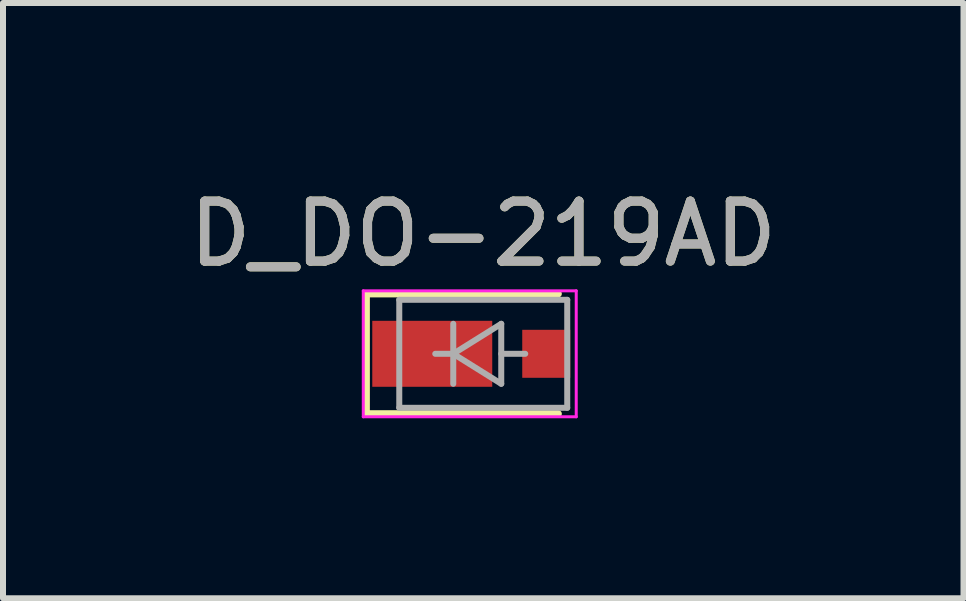
<source format=kicad_pcb>
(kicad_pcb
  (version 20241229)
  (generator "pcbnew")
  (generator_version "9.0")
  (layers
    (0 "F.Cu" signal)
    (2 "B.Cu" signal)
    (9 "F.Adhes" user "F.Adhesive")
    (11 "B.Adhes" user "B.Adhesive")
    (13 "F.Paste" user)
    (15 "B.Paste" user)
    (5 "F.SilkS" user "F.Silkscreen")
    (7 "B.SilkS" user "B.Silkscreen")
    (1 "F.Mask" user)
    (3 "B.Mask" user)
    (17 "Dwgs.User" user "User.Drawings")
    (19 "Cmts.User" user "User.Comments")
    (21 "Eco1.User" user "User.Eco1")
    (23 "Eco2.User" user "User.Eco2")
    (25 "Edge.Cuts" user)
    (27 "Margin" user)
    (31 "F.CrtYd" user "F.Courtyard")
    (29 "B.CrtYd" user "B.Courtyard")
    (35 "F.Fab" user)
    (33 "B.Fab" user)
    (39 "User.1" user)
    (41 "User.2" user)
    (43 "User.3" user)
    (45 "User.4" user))
  (footprint "D_DO-219AD"
    (layer "F.Cu")
    (at 5.006 2.848)
    (property "Reference" "D_DO-219AD" (at 0 -2 0) (layer "F.SilkS") (effects (font (size 1 1) (thickness 0.15))))
    (attr smd)
    (fp_line (start -1.95 1) (end -1.95 -1) (stroke (width 0.12) (type solid)) (layer "F.SilkS"))
    (fp_line (start -1.95 1) (end 1.25 1) (stroke (width 0.12) (type solid)) (layer "F.SilkS"))
    (fp_line (start 1.25 -1) (end -1.95 -1) (stroke (width 0.12) (type solid)) (layer "F.SilkS"))
    (fp_line (start -2 -1.05) (end 1.55 -1.05) (stroke (width 0.05) (type solid)) (layer "F.CrtYd"))
    (fp_line (start -2 1.05) (end -2 -1.05) (stroke (width 0.05) (type solid)) (layer "F.CrtYd"))
    (fp_line (start 1.55 -1.05) (end 1.55 1.05) (stroke (width 0.05) (type solid)) (layer "F.CrtYd"))
    (fp_line (start 1.55 1.05) (end -2 1.05) (stroke (width 0.05) (type solid)) (layer "F.CrtYd"))
    (fp_line (start -1.4 -0.9) (end 1.4 -0.9) (stroke (width 0.1) (type solid)) (layer "F.Fab"))
    (fp_line (start -1.4 0.9) (end -1.4 -0.9) (stroke (width 0.1) (type solid)) (layer "F.Fab"))
    (fp_line (start -0.8 0) (end -0.5 0) (stroke (width 0.1) (type solid)) (layer "F.Fab"))
    (fp_line (start -0.5 0) (end -0.5 -0.5) (stroke (width 0.1) (type solid)) (layer "F.Fab"))
    (fp_line (start -0.5 0) (end -0.5 0.5) (stroke (width 0.1) (type solid)) (layer "F.Fab"))
    (fp_line (start -0.5 0) (end 0.3 0.5) (stroke (width 0.1) (type solid)) (layer "F.Fab"))
    (fp_line (start 0.3 -0.5) (end -0.5 0) (stroke (width 0.1) (type solid)) (layer "F.Fab"))
    (fp_line (start 0.3 0) (end 0.7 0) (stroke (width 0.1) (type solid)) (layer "F.Fab"))
    (fp_line (start 0.3 0.5) (end 0.3 -0.5) (stroke (width 0.1) (type solid)) (layer "F.Fab"))
    (fp_line (start 1.4 -0.9) (end 1.4 0.9) (stroke (width 0.1) (type solid)) (layer "F.Fab"))
    (fp_line (start 1.4 0.9) (end -1.4 0.9) (stroke (width 0.1) (type solid)) (layer "F.Fab"))
    (fp_text user "${REFERENCE}" (at 0 -2 0) (layer "F.Fab") (effects (font (size 1 1) (thickness 0.15))))
    (pad "1" smd rect (at -0.85 0 180) (size 2 1.1) (layers "F.Cu" "F.Mask" "F.Paste"))
    (pad "2" smd rect (at 1.05 0 180) (size 0.8 0.8) (layers "F.Cu" "F.Mask" "F.Paste")))
  (gr_rect
    (start -3 -3)
    (end 13.012 6.923)
    (stroke (width 0.1) (type default))
    (fill no)
    (layer "Edge.Cuts")))
</source>
